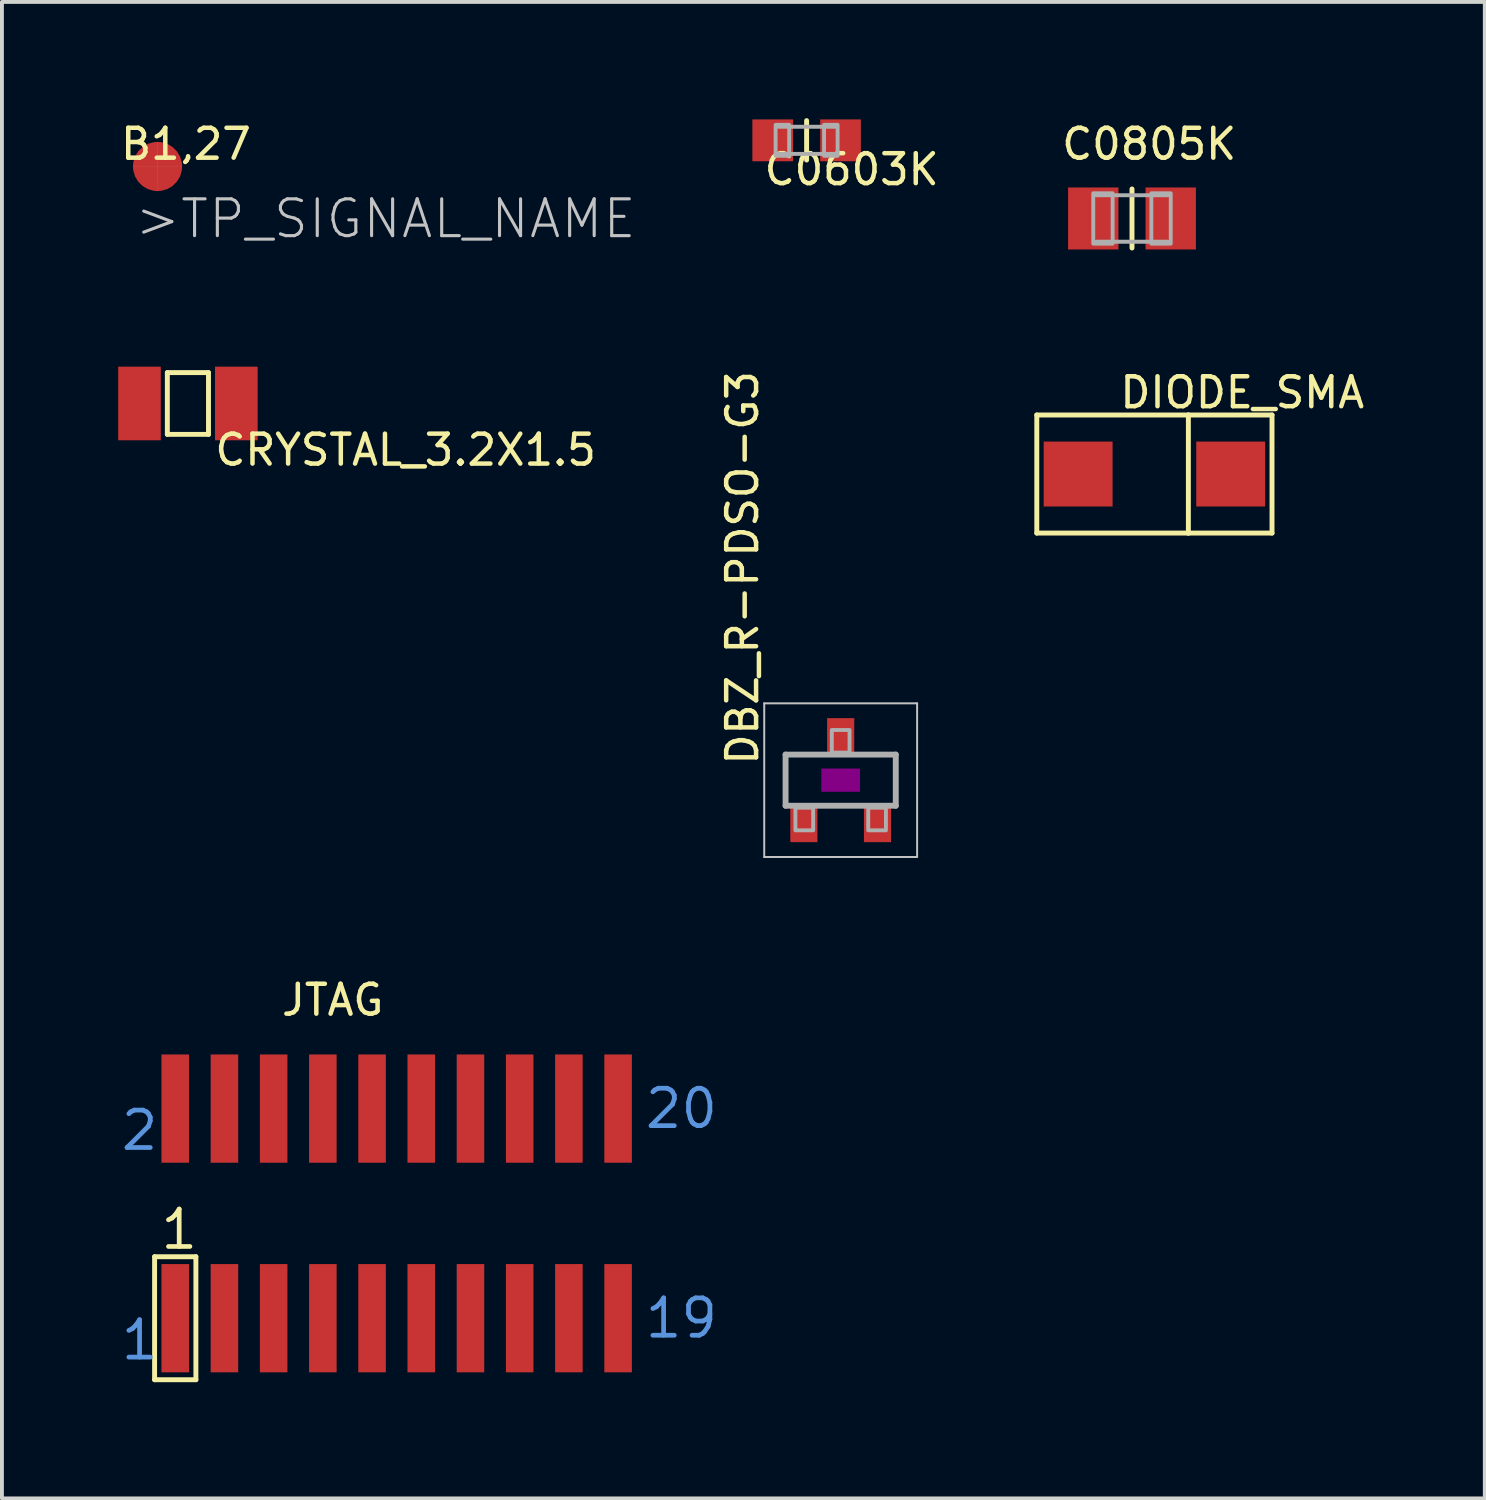
<source format=kicad_pcb>
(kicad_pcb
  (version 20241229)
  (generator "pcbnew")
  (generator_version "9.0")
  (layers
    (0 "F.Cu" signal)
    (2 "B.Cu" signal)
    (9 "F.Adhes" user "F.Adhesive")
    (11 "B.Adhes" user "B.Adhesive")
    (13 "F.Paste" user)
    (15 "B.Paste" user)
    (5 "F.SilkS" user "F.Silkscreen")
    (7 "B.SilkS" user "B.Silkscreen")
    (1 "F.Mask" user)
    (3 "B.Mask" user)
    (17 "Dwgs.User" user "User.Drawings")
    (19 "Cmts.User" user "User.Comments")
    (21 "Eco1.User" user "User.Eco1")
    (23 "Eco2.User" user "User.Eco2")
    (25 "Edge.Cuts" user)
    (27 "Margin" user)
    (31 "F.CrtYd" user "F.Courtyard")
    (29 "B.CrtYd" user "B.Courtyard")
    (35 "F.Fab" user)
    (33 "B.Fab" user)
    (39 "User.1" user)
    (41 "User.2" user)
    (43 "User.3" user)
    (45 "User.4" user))
  (footprint "CRYSTAL_3.2X1.5"
    (layer "F.Cu")
    (at 1.8 7.364)
    (property "Reference" "CRYSTAL_3.2X1.5" (at 0.635 1.651 180) (layer "F.SilkS") (effects (font (size 0.772 0.772) (thickness 0.116)) (justify left bottom)))
    (attr through_hole)
    (fp_line (start -0.531 -0.797) (end 0.531 -0.797) (stroke (width 0.127) (type solid)) (layer "F.SilkS"))
    (fp_line (start -0.531 0.797) (end -0.531 -0.797) (stroke (width 0.127) (type solid)) (layer "F.SilkS"))
    (fp_line (start 0.531 -0.797) (end 0.531 0.797) (stroke (width 0.127) (type solid)) (layer "F.SilkS"))
    (fp_line (start 0.531 0.797) (end -0.531 0.797) (stroke (width 0.127) (type solid)) (layer "F.SilkS"))
    (pad "P$1" smd rect (at -1.25 0) (size 1.1 1.9) (layers "F.Cu" "F.Mask" "F.Paste"))
    (pad "P$2" smd rect (at 1.25 0) (size 1.1 1.9) (layers "F.Cu" "F.Mask" "F.Paste")))
  (footprint "DIODE_SMA"
    (layer "F.Cu")
    (at 26.682 9.185)
    (property "Reference" "DIODE_SMA" (at -0.889 -1.651 0) (layer "F.SilkS") (effects (font (size 0.772 0.772) (thickness 0.116)) (justify left bottom)))
    (attr through_hole)
    (fp_line (start -2.972 -1.524) (end -2.972 1.524) (stroke (width 0.127) (type solid)) (layer "F.SilkS"))
    (fp_line (start -2.972 1.524) (end 0.94 1.524) (stroke (width 0.127) (type solid)) (layer "F.SilkS"))
    (fp_line (start 0.94 -1.524) (end -2.972 -1.524) (stroke (width 0.127) (type solid)) (layer "F.SilkS"))
    (fp_line (start 0.94 -1.524) (end 3.099 -1.524) (stroke (width 0.127) (type solid)) (layer "F.SilkS"))
    (fp_line (start 0.94 1.524) (end 0.94 -1.524) (stroke (width 0.127) (type solid)) (layer "F.SilkS"))
    (fp_line (start 3.099 -1.524) (end 3.099 1.524) (stroke (width 0.127) (type solid)) (layer "F.SilkS"))
    (fp_line (start 3.099 1.524) (end 0.94 1.524) (stroke (width 0.127) (type solid)) (layer "F.SilkS"))
    (pad "A" smd rect (at -1.905 0) (size 1.778 1.676) (layers "F.Cu" "F.Mask" "F.Paste"))
    (pad "K" smd rect (at 2.032 0) (size 1.778 1.676) (layers "F.Cu" "F.Mask" "F.Paste")))
  (footprint "C0603K"
    (layer "F.Cu")
    (at 17.769 0.572)
    (property "Reference" "C0603K" (at -1.156 1.204 0) (layer "F.SilkS") (effects (font (size 0.772 0.772) (thickness 0.116)) (justify left bottom)))
    (attr through_hole)
    (fp_line (start 0 -0.508) (end 0 0.508) (stroke (width 0.127) (type solid)) (layer "F.SilkS"))
    (fp_line (start -0.725 -0.35) (end 0.725 -0.35) (stroke (width 0.102) (type solid)) (layer "F.Fab"))
    (fp_line (start 0.725 0.35) (end -0.725 0.35) (stroke (width 0.102) (type solid)) (layer "F.Fab"))
    (fp_poly (pts (xy -0.8 0.4) (xy -0.45 0.4) (xy -0.45 -0.4) (xy -0.8 -0.4)) (stroke (width 0.1) (type solid)) (fill no) (layer "F.Fab"))
    (fp_poly (pts (xy 0.45 0.4) (xy 0.8 0.4) (xy 0.8 -0.4) (xy 0.45 -0.4)) (stroke (width 0.1) (type solid)) (fill no) (layer "F.Fab"))
    (pad "1" smd rect (at -0.875 0) (size 1.05 1.08) (layers "F.Cu" "F.Mask" "F.Paste"))
    (pad "2" smd rect (at 0.875 0) (size 1.05 1.08) (layers "F.Cu" "F.Mask" "F.Paste")))
  (footprint "DBZ_R-PDSO-G3"
    (layer "F.Cu")
    (at 18.648 17.086)
    (property "Reference" "DBZ_R-PDSO-G3" (at -2.083 -0.33 270) (layer "F.SilkS") (effects (font (size 0.772 0.772) (thickness 0.116)) (justify left bottom)))
    (attr through_hole)
    (fp_poly (pts (xy -0.5 0.3) (xy 0.5 0.3) (xy 0.5 -0.3) (xy -0.5 -0.3)) (stroke (width 0) (type solid)) (fill yes) (layer "F.Adhes"))
    (fp_line (start -1.973 -1.983) (end 1.973 -1.983) (stroke (width 0.051) (type solid)) (layer "Dwgs.User"))
    (fp_line (start -1.973 1.983) (end -1.973 -1.983) (stroke (width 0.051) (type solid)) (layer "Dwgs.User"))
    (fp_line (start 1.973 -1.983) (end 1.973 1.983) (stroke (width 0.051) (type solid)) (layer "Dwgs.User"))
    (fp_line (start 1.973 1.983) (end -1.973 1.983) (stroke (width 0.051) (type solid)) (layer "Dwgs.User"))
    (fp_line (start -1.422 -0.66) (end 1.422 -0.66) (stroke (width 0.152) (type solid)) (layer "F.Fab"))
    (fp_line (start -1.422 0.66) (end -1.422 -0.66) (stroke (width 0.152) (type solid)) (layer "F.Fab"))
    (fp_line (start 1.422 -0.66) (end 1.422 0.66) (stroke (width 0.152) (type solid)) (layer "F.Fab"))
    (fp_line (start 1.422 0.66) (end -1.422 0.66) (stroke (width 0.152) (type solid)) (layer "F.Fab"))
    (fp_poly (pts (xy -1.168 1.295) (xy -0.711 1.295) (xy -0.711 0.711) (xy -1.168 0.711)) (stroke (width 0.1) (type solid)) (fill no) (layer "F.Fab"))
    (fp_poly (pts (xy -0.229 -0.711) (xy 0.229 -0.711) (xy 0.229 -1.295) (xy -0.229 -1.295)) (stroke (width 0.1) (type solid)) (fill no) (layer "F.Fab"))
    (fp_poly (pts (xy 0.711 1.295) (xy 1.168 1.295) (xy 1.168 0.711) (xy 0.711 0.711)) (stroke (width 0.1) (type solid)) (fill no) (layer "F.Fab"))
    (pad "1" smd rect (at -0.95 1.1) (size 0.7 1) (layers "F.Cu" "F.Mask" "F.Paste"))
    (pad "2" smd rect (at 0.95 1.1) (size 0.7 1) (layers "F.Cu" "F.Mask" "F.Paste"))
    (pad "3" smd rect (at 0 -1.1) (size 0.7 1) (layers "F.Cu" "F.Mask" "F.Paste")))
  (footprint "B1,27"
    (layer "F.Cu")
    (at 1.016 1.247)
    (property "Reference" "B1,27" (at -1.016 -0.127 180) (layer "F.SilkS") (effects (font (size 0.772 0.772) (thickness 0.116)) (justify left bottom)))
    (attr through_hole)
    (fp_line (start -0.635 0) (end 0.635 0) (stroke (width 0.002) (type solid)) (layer "Dwgs.User"))
    (fp_line (start 0 -0.635) (end 0 0.635) (stroke (width 0.002) (type solid)) (layer "Dwgs.User"))
    (fp_text user ">TP_SIGNAL_NAME" (at -0.635 1.905 0) (layer "Dwgs.User") (effects (font (size 0.95 0.95) (thickness 0.08)) (justify left bottom)))
    (pad "TP" smd roundrect (at 0 0) (size 1.27 1.27) (layers "F.Cu" "F.Mask") (roundrect_rratio 0.5)))
  (footprint "JTAG"
    (layer "F.Cu")
    (at 7.188 28.268)
    (property "Reference" "JTAG" (at -1.651 -5.055 0) (layer "F.SilkS") (effects (font (size 0.772 0.772) (thickness 0.116)) (justify bottom)))
    (attr through_hole)
    (fp_line (start -6.248 1.118) (end -5.182 1.118) (stroke (width 0.127) (type solid)) (layer "F.SilkS"))
    (fp_line (start -6.248 4.293) (end -6.248 1.118) (stroke (width 0.127) (type solid)) (layer "F.SilkS"))
    (fp_line (start -5.182 1.118) (end -5.182 4.293) (stroke (width 0.127) (type solid)) (layer "F.SilkS"))
    (fp_line (start -5.182 4.293) (end -6.248 4.293) (stroke (width 0.127) (type solid)) (layer "F.SilkS"))
    (fp_text user "1" (at -5.613 0.978 0) (layer "F.SilkS") (effects (font (size 0.965 0.965) (thickness 0.122)) (justify bottom)))
    (fp_text user "20" (at 6.35 -2.705 0) (layer "Cmts.User") (effects (font (size 0.965 0.965) (thickness 0.122)) (justify left)))
    (fp_text user "1" (at -6.096 2.705 0) (layer "Cmts.User") (effects (font (size 0.965 0.965) (thickness 0.122)) (justify right top)))
    (fp_text user "19" (at 6.35 2.705 0) (layer "Cmts.User") (effects (font (size 0.965 0.965) (thickness 0.122)) (justify left)))
    (fp_text user "2" (at -6.096 -2.705 0) (layer "Cmts.User") (effects (font (size 0.965 0.965) (thickness 0.122)) (justify right top)))
    (pad "1" smd rect (at -5.715 2.705) (size 0.711 2.794) (layers "F.Cu" "F.Mask" "F.Paste"))
    (pad "2" smd rect (at -5.715 -2.705) (size 0.711 2.794) (layers "F.Cu" "F.Mask" "F.Paste"))
    (pad "3" smd rect (at -4.445 2.705) (size 0.711 2.794) (layers "F.Cu" "F.Mask" "F.Paste"))
    (pad "4" smd rect (at -4.445 -2.705) (size 0.711 2.794) (layers "F.Cu" "F.Mask" "F.Paste"))
    (pad "5" smd rect (at -3.175 2.705) (size 0.711 2.794) (layers "F.Cu" "F.Mask" "F.Paste"))
    (pad "6" smd rect (at -3.175 -2.705) (size 0.711 2.794) (layers "F.Cu" "F.Mask" "F.Paste"))
    (pad "7" smd rect (at -1.905 2.705) (size 0.711 2.794) (layers "F.Cu" "F.Mask" "F.Paste"))
    (pad "8" smd rect (at -1.905 -2.705) (size 0.711 2.794) (layers "F.Cu" "F.Mask" "F.Paste"))
    (pad "9" smd rect (at -0.635 2.705) (size 0.711 2.794) (layers "F.Cu" "F.Mask" "F.Paste"))
    (pad "10" smd rect (at -0.635 -2.705) (size 0.711 2.794) (layers "F.Cu" "F.Mask" "F.Paste"))
    (pad "11" smd rect (at 0.635 2.705) (size 0.711 2.794) (layers "F.Cu" "F.Mask" "F.Paste"))
    (pad "12" smd rect (at 0.635 -2.705) (size 0.711 2.794) (layers "F.Cu" "F.Mask" "F.Paste"))
    (pad "13" smd rect (at 1.905 2.705) (size 0.711 2.794) (layers "F.Cu" "F.Mask" "F.Paste"))
    (pad "14" smd rect (at 1.905 -2.705) (size 0.711 2.794) (layers "F.Cu" "F.Mask" "F.Paste"))
    (pad "15" smd rect (at 3.175 2.705) (size 0.711 2.794) (layers "F.Cu" "F.Mask" "F.Paste"))
    (pad "16" smd rect (at 3.175 -2.705) (size 0.711 2.794) (layers "F.Cu" "F.Mask" "F.Paste"))
    (pad "17" smd rect (at 4.445 2.705) (size 0.711 2.794) (layers "F.Cu" "F.Mask" "F.Paste"))
    (pad "18" smd rect (at 4.445 -2.705) (size 0.711 2.794) (layers "F.Cu" "F.Mask" "F.Paste"))
    (pad "19" smd rect (at 5.715 2.705) (size 0.711 2.794) (layers "F.Cu" "F.Mask" "F.Paste"))
    (pad "20" smd rect (at 5.715 -2.705) (size 0.711 2.794) (layers "F.Cu" "F.Mask" "F.Paste")))
  (footprint "C0805K"
    (layer "F.Cu")
    (at 26.167 2.589)
    (property "Reference" "C0805K" (at -1.875 -1.469 0) (layer "F.SilkS") (effects (font (size 0.772 0.772) (thickness 0.116)) (justify left bottom)))
    (attr through_hole)
    (fp_line (start 0 -0.762) (end 0 0.762) (stroke (width 0.127) (type solid)) (layer "F.SilkS"))
    (fp_line (start -0.925 -0.6) (end 0.925 -0.6) (stroke (width 0.102) (type solid)) (layer "F.Fab"))
    (fp_line (start 0.925 0.6) (end -0.925 0.6) (stroke (width 0.102) (type solid)) (layer "F.Fab"))
    (fp_poly (pts (xy -1 0.65) (xy -0.5 0.65) (xy -0.5 -0.65) (xy -1 -0.65)) (stroke (width 0.1) (type solid)) (fill no) (layer "F.Fab"))
    (fp_poly (pts (xy 0.5 0.65) (xy 1 0.65) (xy 1 -0.65) (xy 0.5 -0.65)) (stroke (width 0.1) (type solid)) (fill no) (layer "F.Fab"))
    (pad "1" smd rect (at -1 0) (size 1.3 1.6) (layers "F.Cu" "F.Mask" "F.Paste"))
    (pad "2" smd rect (at 1 0) (size 1.3 1.6) (layers "F.Cu" "F.Mask" "F.Paste")))
  (gr_rect
    (start -3 -3)
    (end 35.273 35.624)
    (stroke (width 0.1) (type default))
    (fill no)
    (layer "Edge.Cuts")))
</source>
